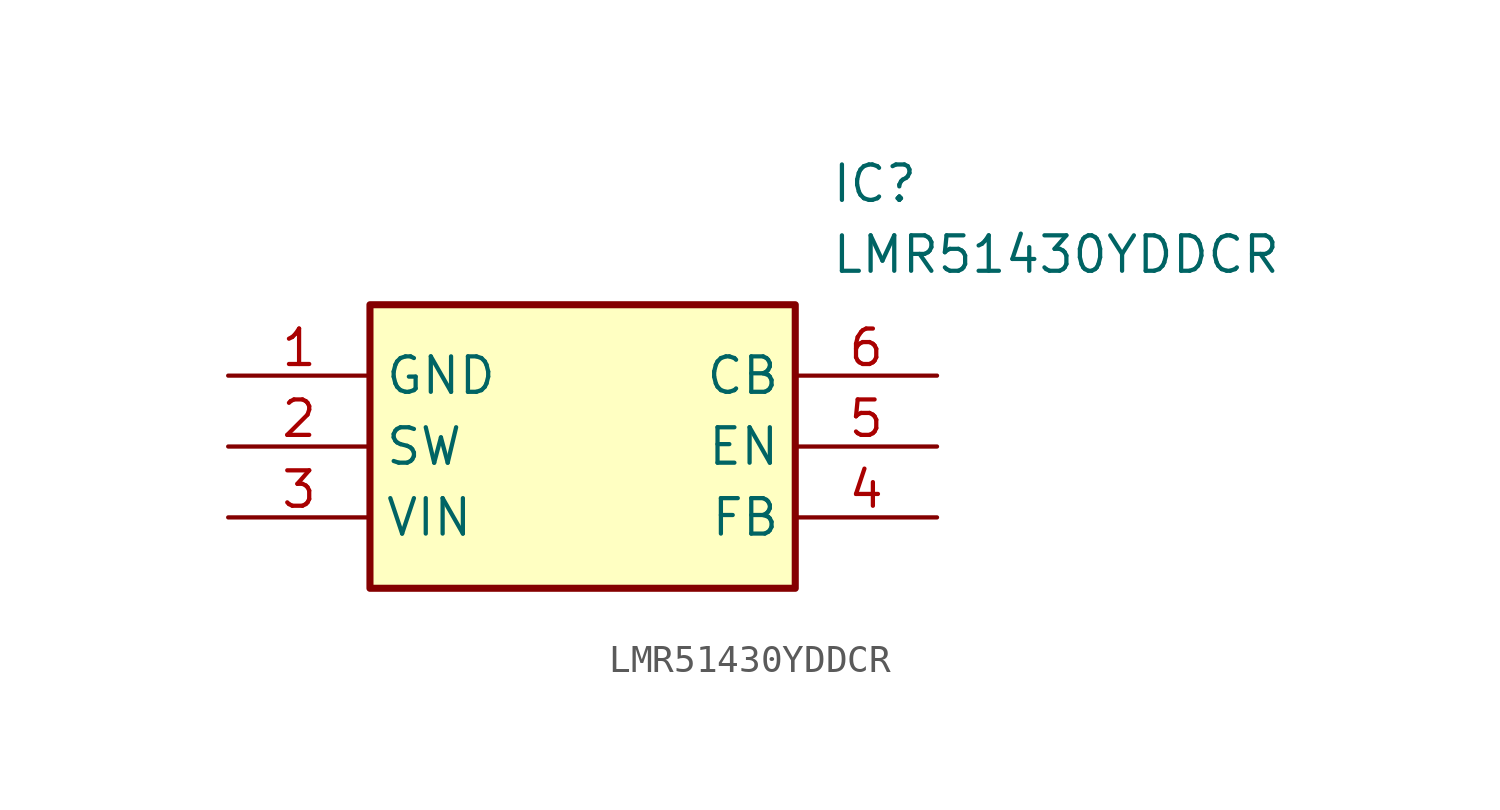
<source format=kicad_sym>
(kicad_symbol_lib
  (version 20211014)
  (generator SamacSys_ECAD_Model)
  (symbol "LMR51430YDDCR"
    (property "Reference" "IC"
      (at 21.59 7.62 0)
      (effects (font (size 1.27 1.27)) (justify left top)))
    (property "Value" "LMR51430YDDCR"
      (at 21.59 5.08 0)
      (effects (font (size 1.27 1.27)) (justify left top)))
    (rectangle
      (start 5.08 2.54)
      (end 20.32 -7.62)
      (stroke (width 0.254) (type default))
      (fill (type background)))
    (pin passive line
      (at 0 0 0)
      (length 5.08)
      (name "GND" (effects (font (size 1.27 1.27))))
      (number "1" (effects (font (size 1.27 1.27)))))
    (pin passive line
      (at 0 -2.54 0)
      (length 5.08)
      (name "SW" (effects (font (size 1.27 1.27))))
      (number "2" (effects (font (size 1.27 1.27)))))
    (pin passive line
      (at 0 -5.08 0)
      (length 5.08)
      (name "VIN" (effects (font (size 1.27 1.27))))
      (number "3" (effects (font (size 1.27 1.27)))))
    (pin passive line
      (at 25.4 0 180)
      (length 5.08)
      (name "CB" (effects (font (size 1.27 1.27))))
      (number "6" (effects (font (size 1.27 1.27)))))
    (pin passive line
      (at 25.4 -2.54 180)
      (length 5.08)
      (name "EN" (effects (font (size 1.27 1.27))))
      (number "5" (effects (font (size 1.27 1.27)))))
    (pin passive line
      (at 25.4 -5.08 180)
      (length 5.08)
      (name "FB" (effects (font (size 1.27 1.27))))
      (number "4" (effects (font (size 1.27 1.27)))))))
</source>
